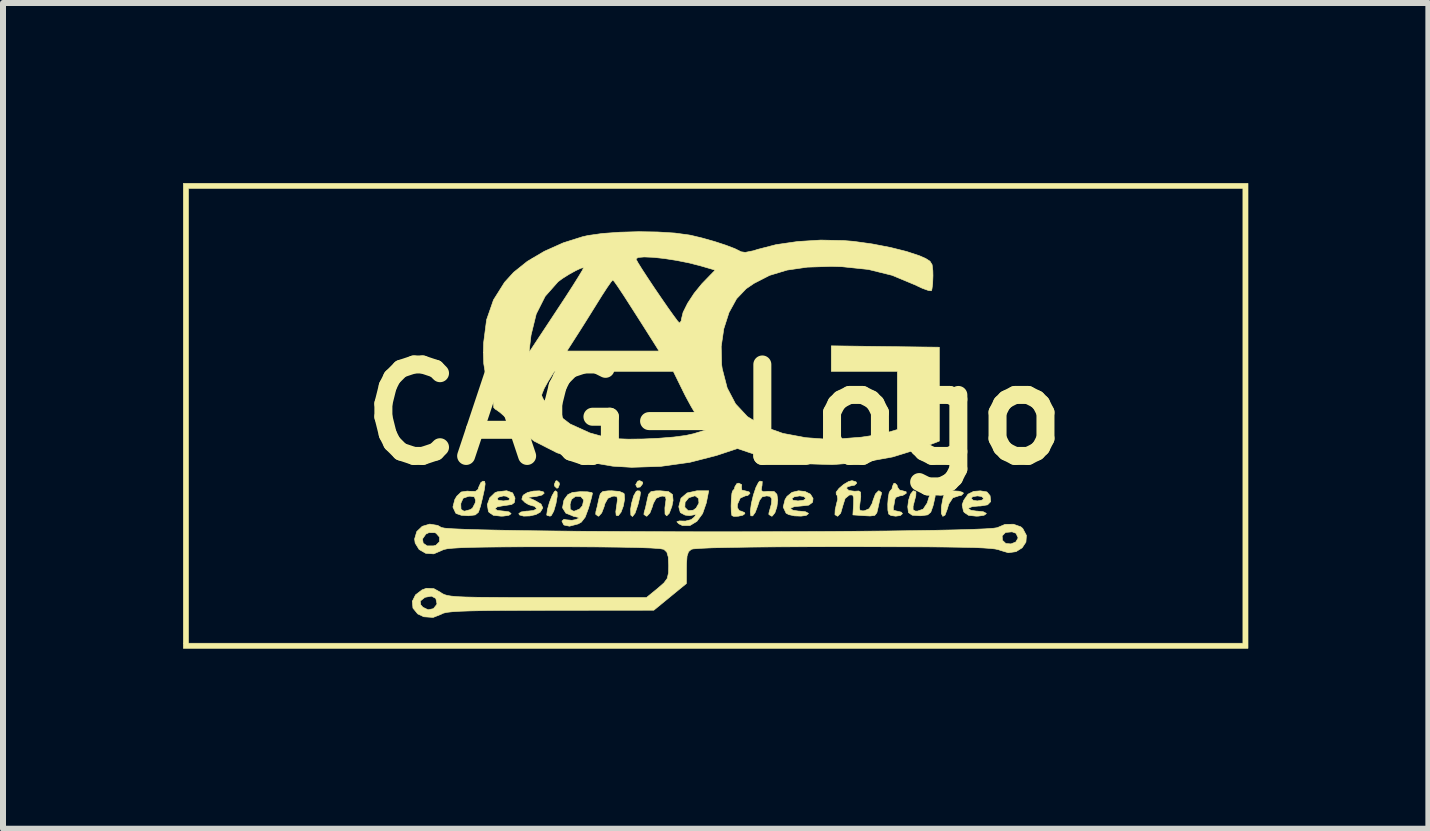
<source format=kicad_pcb>
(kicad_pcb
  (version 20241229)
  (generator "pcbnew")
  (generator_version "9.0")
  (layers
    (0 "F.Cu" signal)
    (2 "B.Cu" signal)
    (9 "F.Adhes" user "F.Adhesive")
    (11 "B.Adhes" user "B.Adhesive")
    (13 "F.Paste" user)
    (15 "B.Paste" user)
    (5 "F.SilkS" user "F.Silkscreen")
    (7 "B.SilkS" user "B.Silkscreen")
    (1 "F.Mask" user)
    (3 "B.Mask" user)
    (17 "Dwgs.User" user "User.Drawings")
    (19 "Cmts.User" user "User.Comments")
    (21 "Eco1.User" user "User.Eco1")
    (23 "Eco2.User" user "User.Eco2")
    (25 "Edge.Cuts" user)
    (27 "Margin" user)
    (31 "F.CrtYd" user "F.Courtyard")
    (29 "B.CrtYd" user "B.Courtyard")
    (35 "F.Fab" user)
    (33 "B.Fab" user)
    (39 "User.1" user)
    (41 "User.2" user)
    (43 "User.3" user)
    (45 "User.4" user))
  (footprint "CAG-Logo"
    (layer "F.Cu")
    (at 8.853 3.857)
    (property "Reference" "CAG-Logo" (at 0 0 0) (layer "F.SilkS") (effects (font (size 1.524 1.524) (thickness 0.3))))
    (attr through_hole)
    (fp_poly (pts (xy -1.196 1.125) (xy -1.195 1.151) (xy -1.237 1.207) (xy -1.288 1.214) (xy -1.312 1.168) (xy -1.278 1.109) (xy -1.245 1.101) (xy -1.196 1.125)) (stroke (width 0.01) (type solid)) (fill yes) (layer "F.SilkS"))
    (fp_poly (pts (xy -2.587 1.135) (xy -2.582 1.164) (xy -2.605 1.221) (xy -2.625 1.228) (xy -2.662 1.193) (xy -2.667 1.164) (xy -2.644 1.108) (xy -2.625 1.101) (xy -2.587 1.135)) (stroke (width 0.01) (type solid)) (fill yes) (layer "F.SilkS"))
    (fp_poly (pts (xy 8.89 3.895) (xy -8.848 3.895) (xy -8.848 -3.768) (xy -8.763 -3.768) (xy -8.763 3.81) (xy 8.805 3.81) (xy 8.805 -3.768) (xy -8.763 -3.768) (xy -8.848 -3.768) (xy -8.848 -3.852) (xy 8.89 -3.852) (xy 8.89 3.895)) (stroke (width 0.01) (type solid)) (fill yes) (layer "F.SilkS"))
    (fp_poly (pts (xy -2.621 1.291) (xy -2.62 1.364) (xy -2.64 1.482) (xy -2.677 1.609) (xy -2.718 1.683) (xy -2.739 1.693) (xy -2.79 1.679) (xy -2.794 1.67) (xy -2.781 1.577) (xy -2.748 1.462) (xy -2.706 1.354) (xy -2.666 1.283) (xy -2.648 1.27) (xy -2.621 1.291)) (stroke (width 0.01) (type solid)) (fill yes) (layer "F.SilkS"))
    (fp_poly (pts (xy -1.246 1.273) (xy -1.232 1.297) (xy -1.24 1.36) (xy -1.269 1.483) (xy -1.275 1.505) (xy -1.322 1.643) (xy -1.365 1.699) (xy -1.393 1.675) (xy -1.396 1.575) (xy -1.381 1.482) (xy -1.345 1.354) (xy -1.303 1.28) (xy -1.283 1.27) (xy -1.246 1.273)) (stroke (width 0.01) (type solid)) (fill yes) (layer "F.SilkS"))
    (fp_poly (pts (xy 4.074 1.277) (xy 4.139 1.297) (xy 4.149 1.312) (xy 4.113 1.347) (xy 4.069 1.355) (xy 3.972 1.387) (xy 3.905 1.49) (xy 3.879 1.577) (xy 3.842 1.675) (xy 3.805 1.696) (xy 3.781 1.649) (xy 3.782 1.541) (xy 3.785 1.517) (xy 3.807 1.399) (xy 3.83 1.318) (xy 3.835 1.306) (xy 3.887 1.28) (xy 3.979 1.271) (xy 4.074 1.277)) (stroke (width 0.01) (type solid)) (fill yes) (layer "F.SilkS"))
    (fp_poly (pts (xy -0.766 1.283) (xy -0.698 1.333) (xy -0.689 1.432) (xy -0.708 1.527) (xy -0.752 1.644) (xy -0.795 1.688) (xy -0.823 1.658) (xy -0.825 1.554) (xy -0.821 1.524) (xy -0.806 1.414) (xy -0.817 1.365) (xy -0.863 1.358) (xy -0.894 1.362) (xy -0.971 1.395) (xy -1.019 1.482) (xy -1.034 1.535) (xy -1.075 1.64) (xy -1.124 1.692) (xy -1.134 1.693) (xy -1.175 1.664) (xy -1.171 1.633) (xy -1.148 1.552) (xy -1.122 1.434) (xy -1.12 1.421) (xy -1.097 1.327) (xy -1.057 1.284) (xy -0.973 1.271) (xy -0.904 1.27) (xy -0.766 1.283)) (stroke (width 0.01) (type solid)) (fill yes) (layer "F.SilkS"))
    (fp_poly (pts (xy 3.676 1.292) (xy 3.677 1.368) (xy 3.646 1.507) (xy 3.64 1.528) (xy 3.605 1.626) (xy 3.553 1.671) (xy 3.452 1.685) (xy 3.428 1.686) (xy 3.296 1.677) (xy 3.234 1.634) (xy 3.232 1.629) (xy 3.221 1.537) (xy 3.235 1.426) (xy 3.267 1.327) (xy 3.31 1.273) (xy 3.322 1.27) (xy 3.358 1.288) (xy 3.355 1.355) (xy 3.341 1.407) (xy 3.31 1.527) (xy 3.31 1.586) (xy 3.343 1.607) (xy 3.381 1.609) (xy 3.478 1.576) (xy 3.546 1.473) (xy 3.572 1.386) (xy 3.605 1.302) (xy 3.641 1.27) (xy 3.676 1.292)) (stroke (width 0.01) (type solid)) (fill yes) (layer "F.SilkS"))
    (fp_poly (pts (xy -1.582 1.281) (xy -1.51 1.312) (xy -1.503 1.323) (xy -1.497 1.412) (xy -1.518 1.525) (xy -1.556 1.627) (xy -1.6 1.683) (xy -1.604 1.685) (xy -1.637 1.679) (xy -1.643 1.618) (xy -1.63 1.526) (xy -1.615 1.415) (xy -1.625 1.366) (xy -1.669 1.358) (xy -1.7 1.362) (xy -1.776 1.396) (xy -1.825 1.486) (xy -1.838 1.535) (xy -1.878 1.638) (xy -1.925 1.691) (xy -1.936 1.693) (xy -1.978 1.662) (xy -1.975 1.619) (xy -1.951 1.526) (xy -1.926 1.408) (xy -1.902 1.322) (xy -1.86 1.282) (xy -1.771 1.271) (xy -1.71 1.27) (xy -1.582 1.281)) (stroke (width 0.01) (type solid)) (fill yes) (layer "F.SilkS"))
    (fp_poly (pts (xy 0.455 1.169) (xy 0.45 1.206) (xy 0.457 1.259) (xy 0.509 1.27) (xy 0.577 1.288) (xy 0.593 1.312) (xy 0.557 1.347) (xy 0.513 1.355) (xy 0.43 1.392) (xy 0.385 1.493) (xy 0.381 1.549) (xy 0.415 1.602) (xy 0.445 1.609) (xy 0.501 1.632) (xy 0.508 1.651) (xy 0.473 1.677) (xy 0.396 1.694) (xy 0.321 1.696) (xy 0.291 1.683) (xy 0.281 1.624) (xy 0.278 1.522) (xy 0.282 1.408) (xy 0.291 1.314) (xy 0.304 1.27) (xy 0.306 1.27) (xy 0.335 1.236) (xy 0.339 1.206) (xy 0.373 1.151) (xy 0.407 1.143) (xy 0.455 1.169)) (stroke (width 0.01) (type solid)) (fill yes) (layer "F.SilkS"))
    (fp_poly (pts (xy 3.043 1.177) (xy 3.048 1.206) (xy 3.084 1.258) (xy 3.135 1.27) (xy 3.194 1.286) (xy 3.196 1.312) (xy 3.136 1.348) (xy 3.088 1.355) (xy 3.021 1.38) (xy 3.006 1.415) (xy 2.991 1.508) (xy 2.98 1.542) (xy 2.983 1.595) (xy 3.043 1.609) (xy 3.115 1.626) (xy 3.133 1.651) (xy 3.098 1.682) (xy 3.021 1.693) (xy 2.942 1.682) (xy 2.904 1.658) (xy 2.89 1.594) (xy 2.888 1.492) (xy 2.896 1.383) (xy 2.912 1.298) (xy 2.93 1.27) (xy 2.96 1.236) (xy 2.963 1.206) (xy 2.986 1.15) (xy 3.006 1.143) (xy 3.043 1.177)) (stroke (width 0.01) (type solid)) (fill yes) (layer "F.SilkS"))
    (fp_poly (pts (xy -2.849 1.288) (xy -2.836 1.31) (xy -2.873 1.341) (xy -2.964 1.363) (xy -2.974 1.365) (xy -3.111 1.38) (xy -2.999 1.428) (xy -2.889 1.491) (xy -2.859 1.555) (xy -2.902 1.626) (xy -2.975 1.666) (xy -3.077 1.689) (xy -3.178 1.692) (xy -3.247 1.673) (xy -3.26 1.651) (xy -3.222 1.623) (xy -3.131 1.609) (xy -3.111 1.609) (xy -3.014 1.598) (xy -2.965 1.572) (xy -2.963 1.566) (xy -2.997 1.527) (xy -3.019 1.524) (xy -3.095 1.501) (xy -3.155 1.465) (xy -3.209 1.411) (xy -3.193 1.356) (xy -3.179 1.338) (xy -3.113 1.298) (xy -3.015 1.275) (xy -2.917 1.271) (xy -2.849 1.288)) (stroke (width 0.01) (type solid)) (fill yes) (layer "F.SilkS"))
    (fp_poly (pts (xy 0.797 1.115) (xy 0.793 1.183) (xy 0.79 1.193) (xy 0.78 1.265) (xy 0.816 1.286) (xy 0.89 1.279) (xy 0.995 1.282) (xy 1.041 1.329) (xy 1.055 1.424) (xy 1.041 1.537) (xy 1.008 1.636) (xy 0.964 1.691) (xy 0.952 1.693) (xy 0.907 1.665) (xy 0.908 1.64) (xy 0.949 1.49) (xy 0.956 1.403) (xy 0.927 1.363) (xy 0.87 1.355) (xy 0.797 1.37) (xy 0.751 1.429) (xy 0.72 1.524) (xy 0.68 1.63) (xy 0.638 1.688) (xy 0.606 1.687) (xy 0.597 1.619) (xy 0.615 1.485) (xy 0.649 1.341) (xy 0.692 1.213) (xy 0.736 1.128) (xy 0.757 1.109) (xy 0.797 1.115)) (stroke (width 0.01) (type solid)) (fill yes) (layer "F.SilkS"))
    (fp_poly (pts (xy -3.362 1.305) (xy -3.323 1.39) (xy -3.323 1.397) (xy -3.333 1.465) (xy -3.377 1.498) (xy -3.48 1.514) (xy -3.504 1.516) (xy -3.618 1.537) (xy -3.657 1.569) (xy -3.618 1.597) (xy -3.511 1.609) (xy -3.423 1.621) (xy -3.387 1.651) (xy -3.424 1.678) (xy -3.518 1.692) (xy -3.555 1.693) (xy -3.684 1.678) (xy -3.756 1.628) (xy -3.766 1.611) (xy -3.784 1.5) (xy -3.746 1.397) (xy -3.619 1.397) (xy -3.603 1.427) (xy -3.52 1.439) (xy -3.514 1.439) (xy -3.428 1.428) (xy -3.407 1.399) (xy -3.408 1.397) (xy -3.468 1.361) (xy -3.514 1.355) (xy -3.594 1.375) (xy -3.619 1.397) (xy -3.746 1.397) (xy -3.742 1.385) (xy -3.656 1.302) (xy -3.617 1.287) (xy -3.462 1.269) (xy -3.362 1.305)) (stroke (width 0.01) (type solid)) (fill yes) (layer "F.SilkS"))
    (fp_poly (pts (xy -0.135 1.471) (xy -0.197 1.65) (xy -0.292 1.779) (xy -0.408 1.849) (xy -0.533 1.849) (xy -0.593 1.82) (xy -0.626 1.786) (xy -0.585 1.772) (xy -0.483 1.775) (xy -0.386 1.75) (xy -0.335 1.708) (xy -0.302 1.66) (xy -0.327 1.666) (xy -0.33 1.668) (xy -0.412 1.684) (xy -0.489 1.675) (xy -0.568 1.633) (xy -0.592 1.545) (xy -0.493 1.545) (xy -0.436 1.602) (xy -0.352 1.593) (xy -0.305 1.558) (xy -0.258 1.475) (xy -0.264 1.398) (xy -0.318 1.356) (xy -0.333 1.355) (xy -0.428 1.386) (xy -0.489 1.461) (xy -0.493 1.545) (xy -0.592 1.545) (xy -0.592 1.543) (xy -0.593 1.53) (xy -0.557 1.394) (xy -0.455 1.306) (xy -0.292 1.27) (xy -0.266 1.27) (xy -0.095 1.27) (xy -0.135 1.471)) (stroke (width 0.01) (type solid)) (fill yes) (layer "F.SilkS"))
    (fp_poly (pts (xy 1.51 1.282) (xy 1.599 1.326) (xy 1.643 1.397) (xy 1.636 1.46) (xy 1.572 1.509) (xy 1.441 1.524) (xy 1.334 1.533) (xy 1.275 1.557) (xy 1.27 1.566) (xy 1.307 1.594) (xy 1.399 1.608) (xy 1.418 1.609) (xy 1.516 1.619) (xy 1.565 1.645) (xy 1.566 1.651) (xy 1.53 1.68) (xy 1.443 1.692) (xy 1.335 1.688) (xy 1.239 1.667) (xy 1.194 1.643) (xy 1.146 1.541) (xy 1.177 1.416) (xy 1.189 1.397) (xy 1.291 1.397) (xy 1.308 1.427) (xy 1.39 1.439) (xy 1.395 1.439) (xy 1.485 1.427) (xy 1.524 1.398) (xy 1.524 1.397) (xy 1.488 1.365) (xy 1.421 1.355) (xy 1.331 1.37) (xy 1.291 1.397) (xy 1.189 1.397) (xy 1.209 1.364) (xy 1.293 1.296) (xy 1.401 1.27) (xy 1.51 1.282)) (stroke (width 0.01) (type solid)) (fill yes) (layer "F.SilkS"))
    (fp_poly (pts (xy 4.54 1.289) (xy 4.592 1.351) (xy 4.593 1.354) (xy 4.603 1.45) (xy 4.551 1.504) (xy 4.429 1.524) (xy 4.4 1.524) (xy 4.295 1.534) (xy 4.237 1.557) (xy 4.233 1.566) (xy 4.271 1.594) (xy 4.362 1.608) (xy 4.381 1.609) (xy 4.479 1.619) (xy 4.528 1.645) (xy 4.53 1.651) (xy 4.492 1.678) (xy 4.398 1.692) (xy 4.362 1.693) (xy 4.234 1.679) (xy 4.162 1.63) (xy 4.149 1.609) (xy 4.127 1.505) (xy 4.154 1.429) (xy 4.176 1.397) (xy 4.276 1.397) (xy 4.312 1.429) (xy 4.381 1.439) (xy 4.461 1.425) (xy 4.487 1.397) (xy 4.451 1.365) (xy 4.381 1.355) (xy 4.302 1.369) (xy 4.276 1.397) (xy 4.176 1.397) (xy 4.225 1.326) (xy 4.318 1.28) (xy 4.432 1.271) (xy 4.54 1.289)) (stroke (width 0.01) (type solid)) (fill yes) (layer "F.SilkS"))
    (fp_poly (pts (xy -3.829 1.113) (xy -3.82 1.155) (xy -3.833 1.249) (xy -3.868 1.406) (xy -3.898 1.528) (xy -3.932 1.628) (xy -3.985 1.672) (xy -4.09 1.685) (xy -4.098 1.686) (xy -4.217 1.678) (xy -4.301 1.649) (xy -4.31 1.642) (xy -4.357 1.541) (xy -4.345 1.492) (xy -4.226 1.492) (xy -4.222 1.579) (xy -4.176 1.608) (xy -4.16 1.609) (xy -4.065 1.583) (xy -4.03 1.558) (xy -3.986 1.473) (xy -3.979 1.428) (xy -3.999 1.371) (xy -4.072 1.36) (xy -4.096 1.362) (xy -4.186 1.393) (xy -4.223 1.473) (xy -4.226 1.492) (xy -4.345 1.492) (xy -4.325 1.415) (xy -4.292 1.36) (xy -4.219 1.29) (xy -4.118 1.275) (xy -4.082 1.278) (xy -3.982 1.28) (xy -3.938 1.247) (xy -3.928 1.212) (xy -3.892 1.134) (xy -3.858 1.11) (xy -3.829 1.113)) (stroke (width 0.01) (type solid)) (fill yes) (layer "F.SilkS"))
    (fp_poly (pts (xy -2.115 1.287) (xy -2.043 1.3) (xy -2.032 1.309) (xy -2.043 1.364) (xy -2.072 1.471) (xy -2.098 1.561) (xy -2.153 1.709) (xy -2.217 1.792) (xy -2.27 1.822) (xy -2.415 1.86) (xy -2.504 1.841) (xy -2.512 1.834) (xy -2.541 1.775) (xy -2.508 1.746) (xy -2.471 1.753) (xy -2.375 1.762) (xy -2.312 1.75) (xy -2.258 1.727) (xy -2.276 1.711) (xy -2.345 1.696) (xy -2.475 1.643) (xy -2.531 1.553) (xy -2.52 1.493) (xy -2.405 1.493) (xy -2.402 1.578) (xy -2.356 1.607) (xy -2.333 1.609) (xy -2.247 1.574) (xy -2.199 1.519) (xy -2.178 1.423) (xy -2.226 1.366) (xy -2.313 1.362) (xy -2.382 1.414) (xy -2.405 1.493) (xy -2.52 1.493) (xy -2.509 1.433) (xy -2.496 1.407) (xy -2.442 1.334) (xy -2.367 1.298) (xy -2.242 1.285) (xy -2.231 1.285) (xy -2.115 1.287)) (stroke (width 0.01) (type solid)) (fill yes) (layer "F.SilkS"))
    (fp_poly (pts (xy 2.358 1.12) (xy 2.371 1.143) (xy 2.335 1.177) (xy 2.286 1.185) (xy 2.217 1.203) (xy 2.201 1.228) (xy 2.239 1.265) (xy 2.336 1.278) (xy 2.403 1.273) (xy 2.435 1.292) (xy 2.438 1.371) (xy 2.429 1.441) (xy 2.415 1.551) (xy 2.426 1.598) (xy 2.473 1.605) (xy 2.502 1.602) (xy 2.579 1.568) (xy 2.628 1.481) (xy 2.643 1.429) (xy 2.683 1.323) (xy 2.733 1.272) (xy 2.742 1.27) (xy 2.784 1.299) (xy 2.78 1.33) (xy 2.757 1.411) (xy 2.731 1.529) (xy 2.728 1.544) (xy 2.706 1.637) (xy 2.671 1.68) (xy 2.595 1.69) (xy 2.503 1.685) (xy 2.307 1.672) (xy 2.318 1.496) (xy 2.32 1.386) (xy 2.303 1.34) (xy 2.256 1.339) (xy 2.247 1.342) (xy 2.178 1.397) (xy 2.137 1.526) (xy 2.137 1.528) (xy 2.103 1.644) (xy 2.055 1.693) (xy 2.049 1.693) (xy 2.008 1.668) (xy 2.012 1.584) (xy 2.014 1.577) (xy 2.038 1.472) (xy 2.055 1.409) (xy 2.044 1.345) (xy 2.03 1.333) (xy 2.028 1.293) (xy 2.076 1.23) (xy 2.154 1.164) (xy 2.237 1.115) (xy 2.292 1.101) (xy 2.358 1.12)) (stroke (width 0.01) (type solid)) (fill yes) (layer "F.SilkS"))
    (fp_poly (pts (xy -4.61 1.847) (xy -4.548 1.882) (xy -4.492 1.893) (xy -4.358 1.903) (xy -4.153 1.912) (xy -3.884 1.92) (xy -3.556 1.927) (xy -3.178 1.934) (xy -2.756 1.939) (xy -2.296 1.944) (xy -1.806 1.947) (xy -1.291 1.95) (xy -0.759 1.952) (xy -0.217 1.953) (xy 0.329 1.953) (xy 0.872 1.952) (xy 1.405 1.95) (xy 1.921 1.948) (xy 2.415 1.944) (xy 2.878 1.94) (xy 3.305 1.934) (xy 3.688 1.928) (xy 4.021 1.921) (xy 4.297 1.913) (xy 4.509 1.904) (xy 4.651 1.894) (xy 4.716 1.884) (xy 4.718 1.882) (xy 4.841 1.83) (xy 4.982 1.827) (xy 5.104 1.87) (xy 5.137 1.898) (xy 5.198 2.013) (xy 5.19 2.125) (xy 5.127 2.22) (xy 5.025 2.284) (xy 4.897 2.302) (xy 4.768 2.264) (xy 4.732 2.251) (xy 4.676 2.239) (xy 4.593 2.23) (xy 4.477 2.222) (xy 4.321 2.215) (xy 4.12 2.211) (xy 3.866 2.207) (xy 3.554 2.204) (xy 3.176 2.203) (xy 2.727 2.202) (xy 2.2 2.201) (xy 2.173 2.201) (xy 1.573 2.202) (xy 1.052 2.204) (xy 0.609 2.208) (xy 0.246 2.214) (xy -0.036 2.22) (xy -0.236 2.229) (xy -0.353 2.238) (xy -0.384 2.245) (xy -0.431 2.285) (xy -0.456 2.357) (xy -0.465 2.483) (xy -0.466 2.552) (xy -0.467 2.815) (xy -0.738 3.037) (xy -1.01 3.26) (xy -2.738 3.261) (xy -3.177 3.262) (xy -3.538 3.263) (xy -3.831 3.266) (xy -4.061 3.271) (xy -4.236 3.277) (xy -4.365 3.285) (xy -4.455 3.295) (xy -4.513 3.308) (xy -4.546 3.323) (xy -4.548 3.325) (xy -4.686 3.38) (xy -4.842 3.369) (xy -4.944 3.321) (xy -5.023 3.224) (xy -5.033 3.112) (xy -5.031 3.107) (xy -4.901 3.107) (xy -4.893 3.17) (xy -4.858 3.21) (xy -4.771 3.252) (xy -4.682 3.234) (xy -4.627 3.166) (xy -4.623 3.149) (xy -4.642 3.063) (xy -4.715 3.025) (xy -4.818 3.044) (xy -4.829 3.05) (xy -4.901 3.107) (xy -5.031 3.107) (xy -4.98 3.004) (xy -4.871 2.921) (xy -4.798 2.894) (xy -4.675 2.9) (xy -4.57 2.958) (xy -4.537 2.981) (xy -4.501 2.999) (xy -4.451 3.014) (xy -4.382 3.025) (xy -4.283 3.034) (xy -4.146 3.04) (xy -3.964 3.044) (xy -3.727 3.046) (xy -3.428 3.048) (xy -3.057 3.048) (xy -2.789 3.048) (xy -1.131 3.048) (xy -0.946 2.897) (xy -0.841 2.805) (xy -0.786 2.73) (xy -0.765 2.637) (xy -0.762 2.517) (xy -0.769 2.374) (xy -0.793 2.292) (xy -0.842 2.246) (xy -0.844 2.245) (xy -0.91 2.233) (xy -1.058 2.223) (xy -1.286 2.215) (xy -1.59 2.209) (xy -1.97 2.205) (xy -2.42 2.203) (xy -2.696 2.203) (xy -3.14 2.203) (xy -3.507 2.205) (xy -3.805 2.208) (xy -4.04 2.212) (xy -4.22 2.218) (xy -4.353 2.226) (xy -4.447 2.235) (xy -4.507 2.248) (xy -4.543 2.263) (xy -4.548 2.266) (xy -4.677 2.321) (xy -4.809 2.312) (xy -4.92 2.248) (xy -4.986 2.141) (xy -4.995 2.074) (xy -4.995 2.072) (xy -4.864 2.072) (xy -4.852 2.143) (xy -4.786 2.188) (xy -4.681 2.188) (xy -4.639 2.176) (xy -4.581 2.119) (xy -4.581 2.041) (xy -4.598 2.022) (xy 4.794 2.022) (xy 4.799 2.095) (xy 4.855 2.148) (xy 4.941 2.155) (xy 5.021 2.123) (xy 5.059 2.058) (xy 5.059 2.053) (xy 5.025 1.978) (xy 4.959 1.954) (xy 4.85 1.964) (xy 4.794 2.022) (xy -4.598 2.022) (xy -4.637 1.977) (xy -4.659 1.968) (xy -4.756 1.967) (xy -4.807 1.991) (xy -4.864 2.072) (xy -4.995 2.072) (xy -4.959 1.949) (xy -4.868 1.862) (xy -4.743 1.825) (xy -4.61 1.847)) (stroke (width 0.01) (type solid)) (fill yes) (layer "F.SilkS"))
    (fp_poly (pts (xy -0.946 -3.042) (xy -0.658 -3.024) (xy -0.423 -2.992) (xy -0.394 -2.987) (xy -0.199 -2.94) (xy 0.003 -2.883) (xy 0.189 -2.822) (xy 0.339 -2.765) (xy 0.432 -2.719) (xy 0.44 -2.713) (xy 0.513 -2.702) (xy 0.649 -2.729) (xy 0.721 -2.752) (xy 1.027 -2.831) (xy 1.386 -2.883) (xy 1.771 -2.907) (xy 2.154 -2.899) (xy 2.317 -2.886) (xy 2.627 -2.843) (xy 2.929 -2.785) (xy 3.201 -2.717) (xy 3.421 -2.644) (xy 3.519 -2.601) (xy 3.591 -2.555) (xy 3.627 -2.497) (xy 3.639 -2.398) (xy 3.641 -2.313) (xy 3.636 -2.182) (xy 3.624 -2.089) (xy 3.614 -2.062) (xy 3.566 -2.067) (xy 3.466 -2.103) (xy 3.335 -2.164) (xy 2.961 -2.32) (xy 2.564 -2.418) (xy 2.122 -2.464) (xy 1.947 -2.469) (xy 1.547 -2.456) (xy 1.21 -2.407) (xy 0.919 -2.319) (xy 0.66 -2.186) (xy 0.528 -2.096) (xy 0.369 -1.929) (xy 0.243 -1.7) (xy 0.156 -1.429) (xy 0.113 -1.134) (xy 0.12 -0.833) (xy 0.13 -0.763) (xy 0.213 -0.443) (xy 0.352 -0.178) (xy 0.55 0.034) (xy 0.812 0.197) (xy 1.142 0.314) (xy 1.521 0.385) (xy 1.806 0.406) (xy 2.126 0.402) (xy 2.447 0.377) (xy 2.738 0.333) (xy 2.889 0.296) (xy 3.048 0.25) (xy 3.048 -0.72) (xy 1.947 -0.72) (xy 1.947 -1.145) (xy 2.847 -1.133) (xy 3.747 -1.122) (xy 3.747 0.442) (xy 3.438 0.561) (xy 2.973 0.705) (xy 2.474 0.796) (xy 1.963 0.834) (xy 1.46 0.818) (xy 0.985 0.748) (xy 0.669 0.662) (xy 0.383 0.566) (xy 0.033 0.682) (xy -0.411 0.796) (xy -0.893 0.863) (xy -1.379 0.879) (xy -1.693 0.86) (xy -2.183 0.776) (xy -2.622 0.637) (xy -3.003 0.443) (xy -3.321 0.198) (xy -3.357 0.163) (xy -3.476 0.049) (xy -3.575 -0.038) (xy -3.637 -0.082) (xy -3.646 -0.085) (xy -3.678 -0.117) (xy -3.677 -0.138) (xy -3.685 -0.201) (xy -3.712 -0.316) (xy -2.879 -0.316) (xy -2.85 -0.254) (xy -2.775 -0.157) (xy -2.669 -0.044) (xy -2.667 -0.043) (xy -2.404 0.157) (xy -2.076 0.306) (xy -1.799 0.383) (xy -1.645 0.402) (xy -1.432 0.41) (xy -1.185 0.407) (xy -0.927 0.395) (xy -0.682 0.375) (xy -0.477 0.348) (xy -0.346 0.319) (xy -0.12 0.249) (xy -0.231 0.114) (xy -0.3 0.013) (xy -0.389 -0.137) (xy -0.483 -0.31) (xy -0.513 -0.37) (xy -0.685 -0.72) (xy -2.666 -0.72) (xy -2.772 -0.551) (xy -2.836 -0.436) (xy -2.874 -0.342) (xy -2.879 -0.316) (xy -3.712 -0.316) (xy -3.713 -0.321) (xy -3.757 -0.474) (xy -3.765 -0.5) (xy -3.816 -0.682) (xy -3.843 -0.846) (xy -3.85 -1.028) (xy -3.85 -1.037) (xy -3.089 -1.037) (xy -3.074 -1.058) (xy -2.458 -1.058) (xy -0.922 -1.058) (xy -0.982 -1.154) (xy -1.199 -1.497) (xy -1.374 -1.771) (xy -1.508 -1.98) (xy -1.605 -2.126) (xy -1.666 -2.213) (xy -1.693 -2.243) (xy -1.693 -2.243) (xy -1.723 -2.209) (xy -1.786 -2.119) (xy -1.872 -1.987) (xy -1.93 -1.894) (xy -2.047 -1.706) (xy -2.169 -1.511) (xy -2.275 -1.344) (xy -2.302 -1.302) (xy -2.458 -1.058) (xy -3.074 -1.058) (xy -2.627 -1.735) (xy -2.486 -1.949) (xy -2.364 -2.138) (xy -2.268 -2.291) (xy -2.204 -2.397) (xy -2.179 -2.445) (xy -2.179 -2.447) (xy -2.223 -2.439) (xy -2.313 -2.397) (xy -2.423 -2.336) (xy -2.531 -2.268) (xy -2.605 -2.213) (xy -2.82 -1.97) (xy -2.969 -1.675) (xy -3.055 -1.325) (xy -3.062 -1.27) (xy -3.089 -1.037) (xy -3.85 -1.037) (xy -3.845 -1.199) (xy -3.796 -1.579) (xy -3.681 -1.91) (xy -3.497 -2.203) (xy -3.345 -2.37) (xy -3.118 -2.552) (xy -3.049 -2.593) (xy -1.306 -2.593) (xy -1.305 -2.588) (xy -1.272 -2.527) (xy -1.204 -2.418) (xy -1.11 -2.274) (xy -1.001 -2.11) (xy -0.887 -1.943) (xy -0.778 -1.785) (xy -0.684 -1.653) (xy -0.616 -1.561) (xy -0.583 -1.525) (xy -0.582 -1.525) (xy -0.554 -1.559) (xy -0.55 -1.589) (xy -0.522 -1.703) (xy -0.447 -1.854) (xy -0.338 -2.02) (xy -0.209 -2.179) (xy -0.18 -2.209) (xy 0.012 -2.407) (xy -0.221 -2.475) (xy -0.419 -2.526) (xy -0.629 -2.568) (xy -0.834 -2.6) (xy -1.019 -2.62) (xy -1.17 -2.626) (xy -1.271 -2.618) (xy -1.306 -2.593) (xy -3.049 -2.593) (xy -2.834 -2.72) (xy -2.519 -2.861) (xy -2.2 -2.962) (xy -2.108 -2.983) (xy -1.869 -3.017) (xy -1.578 -3.038) (xy -1.262 -3.047) (xy -0.946 -3.042)) (stroke (width 0.01) (type solid)) (fill yes) (layer "F.SilkS")))
  (gr_rect
    (start -3 -3)
    (end 20.748 10.757)
    (stroke (width 0.1) (type default))
    (fill no)
    (layer "Edge.Cuts")))
</source>
